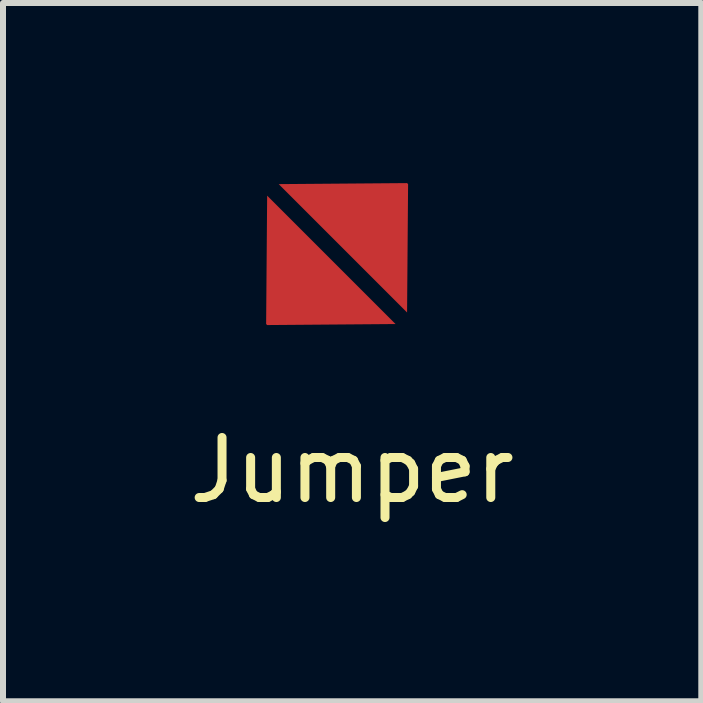
<source format=kicad_pcb>
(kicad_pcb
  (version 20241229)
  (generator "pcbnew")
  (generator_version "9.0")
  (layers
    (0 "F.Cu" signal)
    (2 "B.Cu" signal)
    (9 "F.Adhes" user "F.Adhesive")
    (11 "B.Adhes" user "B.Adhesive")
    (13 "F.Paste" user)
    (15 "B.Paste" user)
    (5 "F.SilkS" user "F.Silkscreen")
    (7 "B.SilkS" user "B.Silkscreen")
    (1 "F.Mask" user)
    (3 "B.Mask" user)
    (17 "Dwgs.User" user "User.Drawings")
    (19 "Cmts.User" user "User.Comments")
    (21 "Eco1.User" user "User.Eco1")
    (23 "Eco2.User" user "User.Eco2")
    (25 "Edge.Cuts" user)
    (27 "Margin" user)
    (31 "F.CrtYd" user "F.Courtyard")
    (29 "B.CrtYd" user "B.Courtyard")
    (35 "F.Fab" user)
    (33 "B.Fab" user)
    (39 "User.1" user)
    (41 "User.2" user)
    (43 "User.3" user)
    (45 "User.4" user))
  (footprint "Jumper"
    (layer "F.Cu")
    (at 2.565 1.182)
    (property "Reference" "Jumper" (at 0.25 3.6 0) (layer "F.SilkS") (effects (font (size 1 1) (thickness 0.15))))
    (attr through_hole)
    (pad "1" smd trapezoid (at -0.635 0.635 225) (size 1.524 1.524) (rect_delta 1.5 0) (layers "F.Cu" "F.Mask" "F.Paste"))
    (pad "2" smd trapezoid (at 0.635 -0.635 45) (size 1.524 1.524) (rect_delta 1.5 0) (layers "F.Cu" "F.Mask" "F.Paste")))
  (gr_rect
    (start -3 -3)
    (end 8.631 8.631)
    (stroke (width 0.1) (type default))
    (fill no)
    (layer "Edge.Cuts")))
</source>
